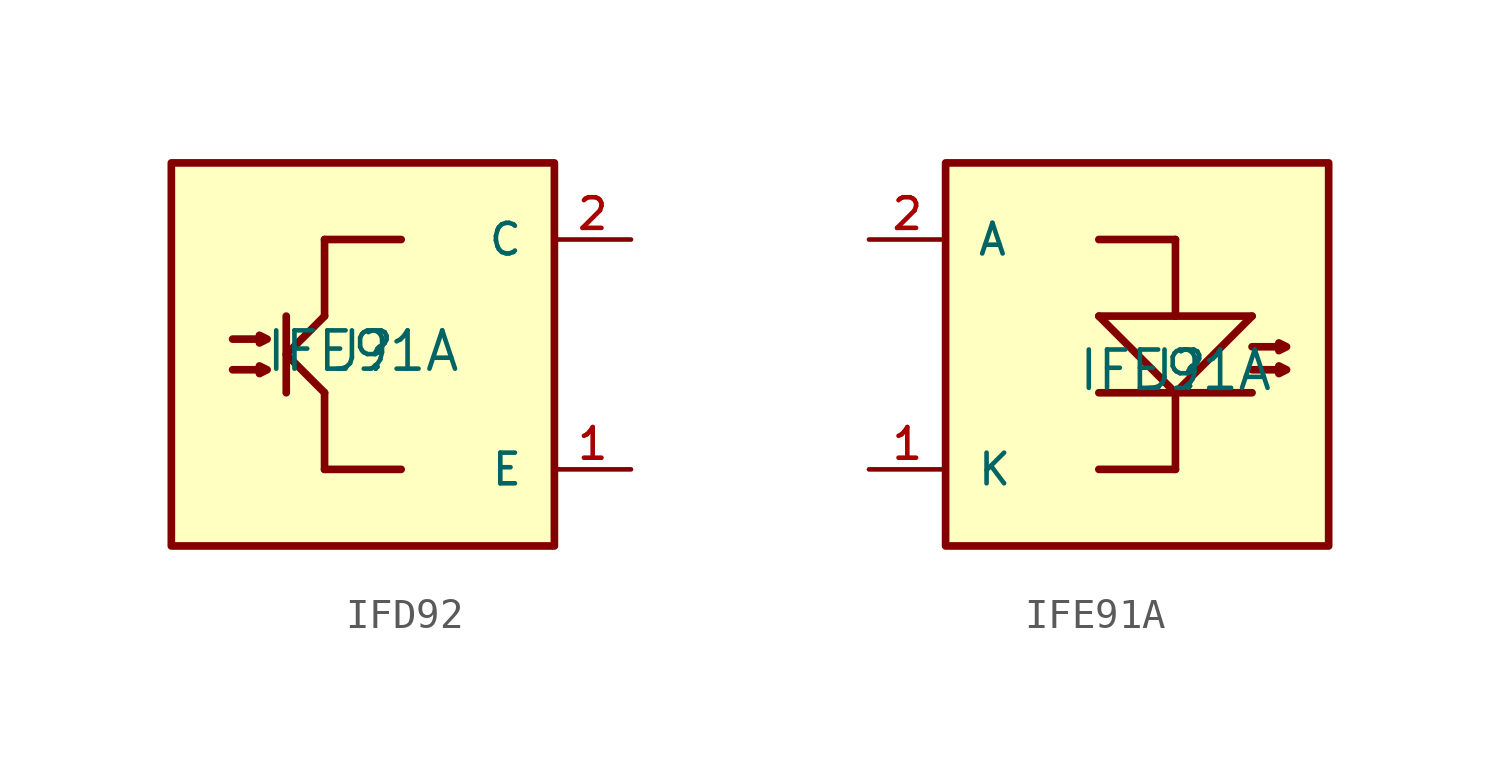
<source format=kicad_sym>
(kicad_symbol_lib
  (version 20220914)
  (generator kicad_symbol_editor)
  (symbol "IFD92"
    (pin_names
      (offset 1.016))
    (property "Reference" "J"
      (at 0 -0.635 0)
      (effects (font (size 1.27 1.27)) (justify bottom)))
    (property "Value" "IFE91A"
      (at 0 -0.635 0)
      (effects (font (size 1.27 1.27)) (justify bottom)))
    (symbol "IFD92_0_0"
      (rectangle (start -6.35 6.35) (end 6.35 -6.35) (stroke (width 0.254) (type default)) (fill (type background)))
      (polyline (pts (xy -1.27 -3.81) (xy 1.27 -3.81)) (stroke (width 0.254) (type default)) (fill (type none)))
      (polyline (pts (xy -1.27 -1.27) (xy -1.27 -3.81)) (stroke (width 0.254) (type default)) (fill (type none)))
      (polyline (pts (xy -1.27 1.27) (xy -1.27 3.81)) (stroke (width 0.254) (type default)) (fill (type none)))
      (polyline (pts (xy -1.27 3.81) (xy 1.27 3.81)) (stroke (width 0.254) (type default)) (fill (type none))))
    (symbol "IFD92_1_0"
      (pin passive line (at 8.89 -3.81 180) (length 2.54) (name "E" (effects (font (size 1.016 1.016)))) (number "1" (effects (font (size 1.016 1.016)))))
      (pin passive line (at 8.89 3.81 180) (length 2.54) (name "C" (effects (font (size 1.016 1.016)))) (number "2" (effects (font (size 1.016 1.016))))))
    (symbol "IFD92_1_1"
      (polyline (pts (xy -2.54 1.27) (xy -2.54 -1.27)) (stroke (width 0.254) (type default)) (fill (type none)))
      (polyline (pts (xy -1.27 -1.27) (xy -2.54 0) (xy -1.27 1.27)) (stroke (width 0.254) (type default)) (fill (type none)))
      (polyline (pts (xy -4.318 -0.508) (xy -3.175 -0.508) (xy -3.429 -0.381) (xy -3.429 -0.635) (xy -3.175 -0.508)) (stroke (width 0.254) (type default)) (fill (type none)))
      (polyline (pts (xy -4.318 0.508) (xy -3.175 0.508) (xy -3.429 0.635) (xy -3.429 0.381) (xy -3.175 0.508)) (stroke (width 0.254) (type default)) (fill (type none)))))
  (symbol "IFE91A"
    (pin_names
      (offset 1.016))
    (property "Reference" "J"
      (at 1.27 -1.27 0)
      (effects (font (size 1.27 1.27)) (justify bottom)))
    (property "Value" "IFE91A"
      (at 1.27 -1.27 0)
      (effects (font (size 1.27 1.27)) (justify bottom)))
    (symbol "IFE91A_0_0"
      (rectangle (start -6.35 6.35) (end 6.35 -6.35) (stroke (width 0.254) (type default)) (fill (type background)))
      (polyline (pts (xy -1.27 1.27) (xy 1.27 1.27)) (stroke (width 0.254) (type default)) (fill (type none)))
      (polyline (pts (xy 1.27 -3.81) (xy -1.27 -3.81)) (stroke (width 0.254) (type default)) (fill (type none)))
      (polyline (pts (xy 1.27 -1.27) (xy -1.27 -1.27)) (stroke (width 0.254) (type default)) (fill (type none)))
      (polyline (pts (xy 1.27 -1.27) (xy -1.27 1.27)) (stroke (width 0.254) (type default)) (fill (type none)))
      (polyline (pts (xy 1.27 -1.27) (xy 1.27 -3.81)) (stroke (width 0.254) (type default)) (fill (type none)))
      (polyline (pts (xy 1.27 -1.27) (xy 3.81 -1.27)) (stroke (width 0.254) (type default)) (fill (type none)))
      (polyline (pts (xy 1.27 1.27) (xy 1.27 3.81)) (stroke (width 0.254) (type default)) (fill (type none)))
      (polyline (pts (xy 1.27 1.27) (xy 3.81 1.27)) (stroke (width 0.254) (type default)) (fill (type none)))
      (polyline (pts (xy 1.27 3.81) (xy -1.27 3.81)) (stroke (width 0.254) (type default)) (fill (type none)))
      (polyline (pts (xy 3.81 1.27) (xy 1.27 -1.27)) (stroke (width 0.254) (type default)) (fill (type none))))
    (symbol "IFE91A_1_0"
      (pin passive line (at -8.89 -3.81 0) (length 2.54) (name "K" (effects (font (size 1.016 1.016)))) (number "1" (effects (font (size 1.016 1.016)))))
      (pin passive line (at -8.89 3.81 0) (length 2.54) (name "A" (effects (font (size 1.016 1.016)))) (number "2" (effects (font (size 1.016 1.016))))))
    (symbol "IFE91A_1_1"
      (polyline (pts (xy 3.81 -0.508) (xy 4.953 -0.508) (xy 4.699 -0.381) (xy 4.699 -0.635) (xy 4.953 -0.508)) (stroke (width 0.254) (type default)) (fill (type none)))
      (polyline (pts (xy 3.81 0.254) (xy 4.953 0.254) (xy 4.699 0.381) (xy 4.699 0.127) (xy 4.953 0.254)) (stroke (width 0.254) (type default)) (fill (type none))))))
</source>
